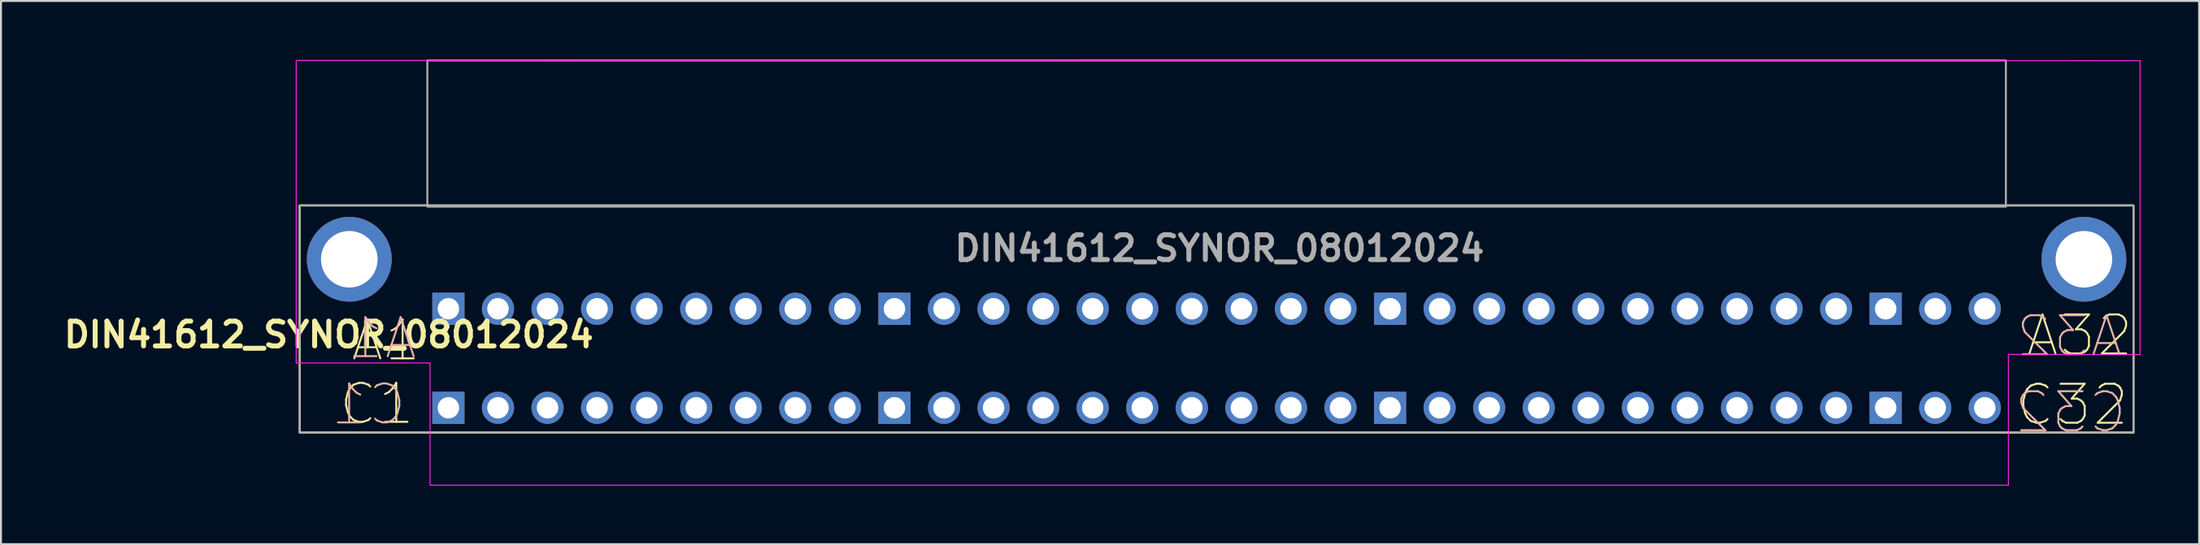
<source format=kicad_pcb>
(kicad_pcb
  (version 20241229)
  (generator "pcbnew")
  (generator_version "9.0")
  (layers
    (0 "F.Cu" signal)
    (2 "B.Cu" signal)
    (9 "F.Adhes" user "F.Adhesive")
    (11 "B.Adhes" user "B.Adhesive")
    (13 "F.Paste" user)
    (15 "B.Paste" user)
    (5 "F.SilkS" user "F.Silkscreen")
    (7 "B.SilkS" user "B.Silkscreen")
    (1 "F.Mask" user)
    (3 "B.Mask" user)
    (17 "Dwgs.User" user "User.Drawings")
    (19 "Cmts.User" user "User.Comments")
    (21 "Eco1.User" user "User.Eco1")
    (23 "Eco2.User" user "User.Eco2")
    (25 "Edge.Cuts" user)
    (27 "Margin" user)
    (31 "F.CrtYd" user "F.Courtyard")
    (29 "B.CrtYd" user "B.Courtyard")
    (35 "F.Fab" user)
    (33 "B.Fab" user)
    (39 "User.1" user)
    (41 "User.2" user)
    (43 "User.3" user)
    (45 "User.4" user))
  (footprint "DIN41612_SYNOR_08012024"
    (layer "F.Cu")
    (at 19.931 17.87)
    (property "Reference" "DIN41612_SYNOR_08012024" (at -6.13 -3.75 0) (layer "F.SilkS") (effects (font (size 1.27 1.27) (thickness 0.254))))
    (attr through_hole)
    (fp_rect (start -7.62 -10.38) (end 86.36 1.27) (stroke (width 0.1) (type default)) (fill no) (layer "F.SilkS"))
    (fp_line (start -7.8 -17.82) (end 86.7 -17.81) (stroke (width 0.05) (type default)) (layer "F.CrtYd"))
    (fp_line (start -7.8 -2.3) (end -7.8 -17.82) (stroke (width 0.05) (type default)) (layer "F.CrtYd"))
    (fp_line (start -0.94 -2.3) (end -7.8 -2.3) (stroke (width 0.05) (type default)) (layer "F.CrtYd"))
    (fp_line (start -0.94 -2.3) (end -0.94 3.97) (stroke (width 0.05) (type default)) (layer "F.CrtYd"))
    (fp_line (start 79.95 -2.74) (end 79.95 3.97) (stroke (width 0.05) (type default)) (layer "F.CrtYd"))
    (fp_line (start 79.95 -2.74) (end 86.7 -2.73) (stroke (width 0.05) (type default)) (layer "F.CrtYd"))
    (fp_line (start 79.95 3.97) (end -0.94 3.97) (stroke (width 0.05) (type default)) (layer "F.CrtYd"))
    (fp_line (start 86.7 -17.81) (end 86.7 -2.73) (stroke (width 0.05) (type default)) (layer "F.CrtYd"))
    (fp_rect (start -7.62 -10.38) (end 86.36 1.27) (stroke (width 0.1) (type default)) (fill no) (layer "F.Fab"))
    (fp_rect (start -1.08 -17.82) (end 79.82 -10.32) (stroke (width 0.1) (type default)) (fill no) (layer "F.Fab"))
    (fp_text user "A32" (at 80.772 -2.54 0) (unlocked yes) (layer "F.SilkS") (effects (font (size 2 2) (thickness 0.1)) (justify left bottom)))
    (fp_text user "C1" (at -5.69 0.97 0) (unlocked yes) (layer "F.SilkS") (effects (font (size 2 2) (thickness 0.1)) (justify left bottom)))
    (fp_text user "A1" (at -5.08 -2.286 0) (unlocked yes) (layer "F.SilkS") (effects (font (size 2 2) (thickness 0.1)) (justify left bottom)))
    (fp_text user "C32" (at 80.27 1.016 0) (unlocked yes) (layer "F.SilkS") (effects (font (size 2 2) (thickness 0.1)) (justify left bottom)))
    (fp_text user "C32" (at 86.1 1.4 0) (unlocked yes) (layer "B.SilkS") (effects (font (size 2 2) (thickness 0.1)) (justify left bottom mirror)))
    (fp_text user "C1" (at -2.07 1 0) (unlocked yes) (layer "B.SilkS") (effects (font (size 2 2) (thickness 0.1)) (justify left bottom mirror)))
    (fp_text user "A32" (at 85.9 -2.5 0) (unlocked yes) (layer "B.SilkS") (effects (font (size 2 2) (thickness 0.1)) (justify left bottom mirror)))
    (fp_text user "A1" (at -1.524 -2.4 0) (unlocked yes) (layer "B.SilkS") (effects (font (size 2 2) (thickness 0.1)) (justify left bottom mirror)))
    (fp_text user "${REFERENCE}" (at 39.52 -8.18 0) (layer "F.Fab") (effects (font (size 1.27 1.27) (thickness 0.254))))
    (pad "A1" thru_hole rect (at 0 -5.08) (size 1.65 1.65) (drill 1.1) (layers "*.Cu" "*.Mask"))
    (pad "A2" thru_hole circle (at 2.54 -5.08) (size 1.65 1.65) (drill 1.1) (layers "*.Cu" "*.Mask"))
    (pad "A3" thru_hole circle (at 5.08 -5.08) (size 1.65 1.65) (drill 1.1) (layers "*.Cu" "*.Mask"))
    (pad "A4" thru_hole circle (at 7.62 -5.08) (size 1.65 1.65) (drill 1.1) (layers "*.Cu" "*.Mask"))
    (pad "A5" thru_hole circle (at 10.16 -5.08) (size 1.65 1.65) (drill 1.1) (layers "*.Cu" "*.Mask"))
    (pad "A6" thru_hole circle (at 12.7 -5.08) (size 1.65 1.65) (drill 1.1) (layers "*.Cu" "*.Mask"))
    (pad "A7" thru_hole circle (at 15.24 -5.08) (size 1.65 1.65) (drill 1.1) (layers "*.Cu" "*.Mask"))
    (pad "A8" thru_hole circle (at 17.78 -5.08) (size 1.65 1.65) (drill 1.1) (layers "*.Cu" "*.Mask"))
    (pad "A9" thru_hole circle (at 20.32 -5.08) (size 1.65 1.65) (drill 1.1) (layers "*.Cu" "*.Mask"))
    (pad "A10" thru_hole rect (at 22.86 -5.08) (size 1.65 1.65) (drill 1.1) (layers "*.Cu" "*.Mask"))
    (pad "A11" thru_hole circle (at 25.4 -5.08) (size 1.65 1.65) (drill 1.1) (layers "*.Cu" "*.Mask"))
    (pad "A12" thru_hole circle (at 27.94 -5.08) (size 1.65 1.65) (drill 1.1) (layers "*.Cu" "*.Mask"))
    (pad "A13" thru_hole circle (at 30.48 -5.08) (size 1.65 1.65) (drill 1.1) (layers "*.Cu" "*.Mask"))
    (pad "A14" thru_hole circle (at 33.02 -5.08) (size 1.65 1.65) (drill 1.1) (layers "*.Cu" "*.Mask"))
    (pad "A15" thru_hole circle (at 35.56 -5.08) (size 1.65 1.65) (drill 1.1) (layers "*.Cu" "*.Mask"))
    (pad "A16" thru_hole circle (at 38.1 -5.08) (size 1.65 1.65) (drill 1.1) (layers "*.Cu" "*.Mask"))
    (pad "A17" thru_hole circle (at 40.64 -5.08) (size 1.65 1.65) (drill 1.1) (layers "*.Cu" "*.Mask"))
    (pad "A18" thru_hole circle (at 43.18 -5.08) (size 1.65 1.65) (drill 1.1) (layers "*.Cu" "*.Mask"))
    (pad "A19" thru_hole circle (at 45.72 -5.08) (size 1.65 1.65) (drill 1.1) (layers "*.Cu" "*.Mask"))
    (pad "A20" thru_hole rect (at 48.26 -5.08) (size 1.65 1.65) (drill 1.1) (layers "*.Cu" "*.Mask"))
    (pad "A21" thru_hole circle (at 50.8 -5.08) (size 1.65 1.65) (drill 1.1) (layers "*.Cu" "*.Mask"))
    (pad "A22" thru_hole circle (at 53.34 -5.08) (size 1.65 1.65) (drill 1.1) (layers "*.Cu" "*.Mask"))
    (pad "A23" thru_hole circle (at 55.88 -5.08) (size 1.65 1.65) (drill 1.1) (layers "*.Cu" "*.Mask"))
    (pad "A24" thru_hole circle (at 58.42 -5.08) (size 1.65 1.65) (drill 1.1) (layers "*.Cu" "*.Mask"))
    (pad "A25" thru_hole circle (at 60.96 -5.08) (size 1.65 1.65) (drill 1.1) (layers "*.Cu" "*.Mask"))
    (pad "A26" thru_hole circle (at 63.5 -5.08) (size 1.65 1.65) (drill 1.1) (layers "*.Cu" "*.Mask"))
    (pad "A27" thru_hole circle (at 66.04 -5.08) (size 1.65 1.65) (drill 1.1) (layers "*.Cu" "*.Mask"))
    (pad "A28" thru_hole circle (at 68.58 -5.08) (size 1.65 1.65) (drill 1.1) (layers "*.Cu" "*.Mask"))
    (pad "A29" thru_hole circle (at 71.12 -5.08) (size 1.65 1.65) (drill 1.1) (layers "*.Cu" "*.Mask"))
    (pad "A30" thru_hole rect (at 73.66 -5.08) (size 1.65 1.65) (drill 1.1) (layers "*.Cu" "*.Mask"))
    (pad "A31" thru_hole circle (at 76.2 -5.08) (size 1.65 1.65) (drill 1.1) (layers "*.Cu" "*.Mask"))
    (pad "A32" thru_hole circle (at 78.74 -5.08) (size 1.65 1.65) (drill 1.1) (layers "*.Cu" "*.Mask"))
    (pad "C1" thru_hole rect (at 0 0) (size 1.65 1.65) (drill 1.1) (layers "*.Cu" "*.Mask"))
    (pad "C2" thru_hole circle (at 2.54 0) (size 1.65 1.65) (drill 1.1) (layers "*.Cu" "*.Mask"))
    (pad "C3" thru_hole circle (at 5.08 0) (size 1.65 1.65) (drill 1.1) (layers "*.Cu" "*.Mask"))
    (pad "C4" thru_hole circle (at 7.62 0) (size 1.65 1.65) (drill 1.1) (layers "*.Cu" "*.Mask"))
    (pad "C5" thru_hole circle (at 10.16 0) (size 1.65 1.65) (drill 1.1) (layers "*.Cu" "*.Mask"))
    (pad "C6" thru_hole circle (at 12.7 0) (size 1.65 1.65) (drill 1.1) (layers "*.Cu" "*.Mask"))
    (pad "C7" thru_hole circle (at 15.24 0) (size 1.65 1.65) (drill 1.1) (layers "*.Cu" "*.Mask"))
    (pad "C8" thru_hole circle (at 17.78 0) (size 1.65 1.65) (drill 1.1) (layers "*.Cu" "*.Mask"))
    (pad "C9" thru_hole circle (at 20.32 0) (size 1.65 1.65) (drill 1.1) (layers "*.Cu" "*.Mask"))
    (pad "C10" thru_hole rect (at 22.86 0) (size 1.65 1.65) (drill 1.1) (layers "*.Cu" "*.Mask"))
    (pad "C11" thru_hole circle (at 25.4 0) (size 1.65 1.65) (drill 1.1) (layers "*.Cu" "*.Mask"))
    (pad "C12" thru_hole circle (at 27.94 0) (size 1.65 1.65) (drill 1.1) (layers "*.Cu" "*.Mask"))
    (pad "C13" thru_hole circle (at 30.48 0) (size 1.65 1.65) (drill 1.1) (layers "*.Cu" "*.Mask"))
    (pad "C14" thru_hole circle (at 33.02 0) (size 1.65 1.65) (drill 1.1) (layers "*.Cu" "*.Mask"))
    (pad "C15" thru_hole circle (at 35.56 0) (size 1.65 1.65) (drill 1.1) (layers "*.Cu" "*.Mask"))
    (pad "C16" thru_hole circle (at 38.1 0) (size 1.65 1.65) (drill 1.1) (layers "*.Cu" "*.Mask"))
    (pad "C17" thru_hole circle (at 40.64 0) (size 1.65 1.65) (drill 1.1) (layers "*.Cu" "*.Mask"))
    (pad "C18" thru_hole circle (at 43.18 0) (size 1.65 1.65) (drill 1.1) (layers "*.Cu" "*.Mask"))
    (pad "C19" thru_hole circle (at 45.72 0) (size 1.65 1.65) (drill 1.1) (layers "*.Cu" "*.Mask"))
    (pad "C20" thru_hole rect (at 48.26 0) (size 1.65 1.65) (drill 1.1) (layers "*.Cu" "*.Mask"))
    (pad "C21" thru_hole circle (at 50.8 0) (size 1.65 1.65) (drill 1.1) (layers "*.Cu" "*.Mask"))
    (pad "C22" thru_hole circle (at 53.34 0) (size 1.65 1.65) (drill 1.1) (layers "*.Cu" "*.Mask"))
    (pad "C23" thru_hole circle (at 55.88 0) (size 1.65 1.65) (drill 1.1) (layers "*.Cu" "*.Mask"))
    (pad "C24" thru_hole circle (at 58.42 0) (size 1.65 1.65) (drill 1.1) (layers "*.Cu" "*.Mask"))
    (pad "C25" thru_hole circle (at 60.96 0) (size 1.65 1.65) (drill 1.1) (layers "*.Cu" "*.Mask"))
    (pad "C26" thru_hole circle (at 63.5 0) (size 1.65 1.65) (drill 1.1) (layers "*.Cu" "*.Mask"))
    (pad "C27" thru_hole circle (at 66.04 0) (size 1.65 1.65) (drill 1.1) (layers "*.Cu" "*.Mask"))
    (pad "C28" thru_hole circle (at 68.58 0) (size 1.65 1.65) (drill 1.1) (layers "*.Cu" "*.Mask"))
    (pad "C29" thru_hole circle (at 71.12 0) (size 1.65 1.65) (drill 1.1) (layers "*.Cu" "*.Mask"))
    (pad "C30" thru_hole rect (at 73.66 0) (size 1.65 1.65) (drill 1.1) (layers "*.Cu" "*.Mask"))
    (pad "C31" thru_hole circle (at 76.2 0) (size 1.65 1.65) (drill 1.1) (layers "*.Cu" "*.Mask"))
    (pad "C32" thru_hole circle (at 78.74 0) (size 1.65 1.65) (drill 1.1) (layers "*.Cu" "*.Mask"))
    (pad "MH1" thru_hole circle (at -5.08 -7.62) (size 4.35 4.35) (drill 2.9) (layers "*.Cu" "*.Mask"))
    (pad "MH2" thru_hole circle (at 83.82 -7.62) (size 4.35 4.35) (drill 2.9) (layers "*.Cu" "*.Mask")))
  (gr_rect
    (start -3 -3)
    (end 109.656 24.865)
    (stroke (width 0.1) (type default))
    (fill no)
    (layer "Edge.Cuts")))
</source>
